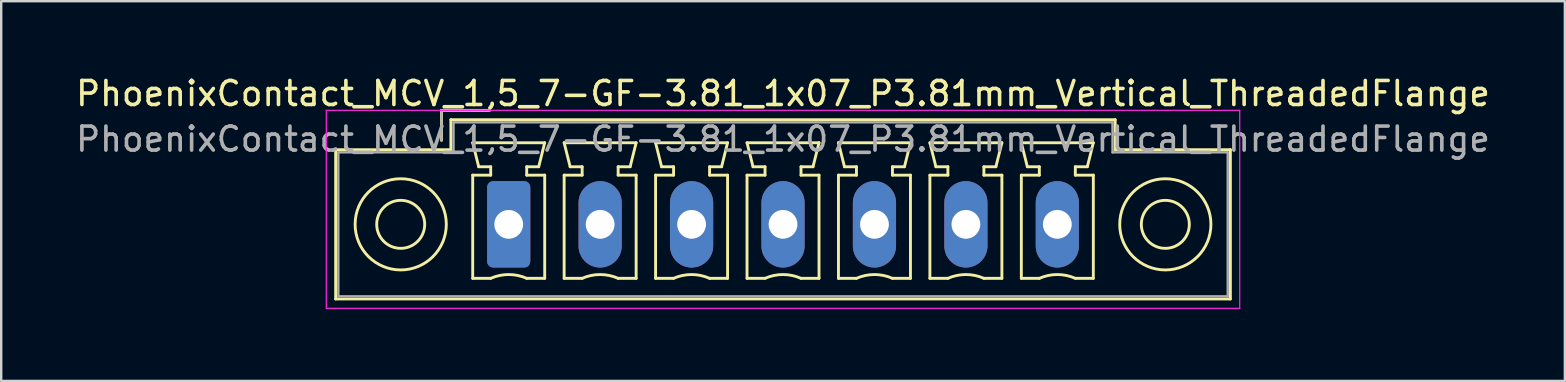
<source format=kicad_pcb>
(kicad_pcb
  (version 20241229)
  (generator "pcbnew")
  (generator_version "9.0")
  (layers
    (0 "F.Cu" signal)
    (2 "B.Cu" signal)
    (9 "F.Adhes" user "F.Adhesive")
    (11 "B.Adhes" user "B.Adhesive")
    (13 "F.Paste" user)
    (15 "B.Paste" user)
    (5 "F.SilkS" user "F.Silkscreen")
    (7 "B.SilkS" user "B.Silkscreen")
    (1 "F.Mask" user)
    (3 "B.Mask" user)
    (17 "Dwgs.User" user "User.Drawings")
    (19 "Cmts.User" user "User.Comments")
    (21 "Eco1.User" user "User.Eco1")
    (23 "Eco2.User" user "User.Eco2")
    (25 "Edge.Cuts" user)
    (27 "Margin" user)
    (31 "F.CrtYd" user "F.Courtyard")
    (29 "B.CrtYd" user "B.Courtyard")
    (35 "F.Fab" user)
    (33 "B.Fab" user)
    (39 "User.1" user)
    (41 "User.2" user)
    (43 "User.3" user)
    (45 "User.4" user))
  (footprint "PhoenixContact_MCV_1,5_7-GF-3.81_1x07_P3.81mm_Vertical_ThreadedFlange"
    (layer "F.Cu")
    (at 18.147 6.298)
    (property "Reference" "PhoenixContact_MCV_1,5_7-GF-3.81_1x07_P3.81mm_Vertical_ThreadedFlange" (at 11.43 -5.45 0) (layer "F.SilkS") (effects (font (size 1 1) (thickness 0.15))))
    (attr through_hole)
    (fp_line (start -7.21 -3.11) (end -7.21 3.11) (stroke (width 0.12) (type solid)) (layer "F.SilkS"))
    (fp_line (start -7.21 3.11) (end 30.07 3.11) (stroke (width 0.12) (type solid)) (layer "F.SilkS"))
    (fp_line (start -2.8 -4.75) (end -0.8 -4.75) (stroke (width 0.12) (type solid)) (layer "F.SilkS"))
    (fp_line (start -2.8 -3.5) (end -2.8 -4.75) (stroke (width 0.12) (type solid)) (layer "F.SilkS"))
    (fp_line (start -2.41 -4.36) (end -2.41 -3.11) (stroke (width 0.12) (type solid)) (layer "F.SilkS"))
    (fp_line (start -2.41 -3.11) (end -7.21 -3.11) (stroke (width 0.12) (type solid)) (layer "F.SilkS"))
    (fp_line (start -1.5 -3.4) (end 1.5 -3.4) (stroke (width 0.12) (type solid)) (layer "F.SilkS"))
    (fp_line (start -1.5 -2.05) (end -0.75 -2.05) (stroke (width 0.12) (type solid)) (layer "F.SilkS"))
    (fp_line (start -1.5 2.25) (end -1.5 -2.05) (stroke (width 0.12) (type solid)) (layer "F.SilkS"))
    (fp_line (start -1.25 -2.4) (end -1.5 -3.4) (stroke (width 0.12) (type solid)) (layer "F.SilkS"))
    (fp_line (start -0.75 -2.4) (end -1.25 -2.4) (stroke (width 0.12) (type solid)) (layer "F.SilkS"))
    (fp_line (start -0.75 -2.05) (end -0.75 -2.4) (stroke (width 0.12) (type solid)) (layer "F.SilkS"))
    (fp_line (start -0.75 2.25) (end -1.5 2.25) (stroke (width 0.12) (type solid)) (layer "F.SilkS"))
    (fp_line (start 0.75 -2.4) (end 0.75 -2.05) (stroke (width 0.12) (type solid)) (layer "F.SilkS"))
    (fp_line (start 0.75 -2.05) (end 1.5 -2.05) (stroke (width 0.12) (type solid)) (layer "F.SilkS"))
    (fp_line (start 1.25 -2.4) (end 0.75 -2.4) (stroke (width 0.12) (type solid)) (layer "F.SilkS"))
    (fp_line (start 1.5 -3.4) (end 1.25 -2.4) (stroke (width 0.12) (type solid)) (layer "F.SilkS"))
    (fp_line (start 1.5 -2.05) (end 1.5 2.25) (stroke (width 0.12) (type solid)) (layer "F.SilkS"))
    (fp_line (start 1.5 2.25) (end 0.75 2.25) (stroke (width 0.12) (type solid)) (layer "F.SilkS"))
    (fp_line (start 2.31 -3.4) (end 5.31 -3.4) (stroke (width 0.12) (type solid)) (layer "F.SilkS"))
    (fp_line (start 2.31 -2.05) (end 3.06 -2.05) (stroke (width 0.12) (type solid)) (layer "F.SilkS"))
    (fp_line (start 2.31 2.25) (end 2.31 -2.05) (stroke (width 0.12) (type solid)) (layer "F.SilkS"))
    (fp_line (start 2.56 -2.4) (end 2.31 -3.4) (stroke (width 0.12) (type solid)) (layer "F.SilkS"))
    (fp_line (start 3.06 -2.4) (end 2.56 -2.4) (stroke (width 0.12) (type solid)) (layer "F.SilkS"))
    (fp_line (start 3.06 -2.05) (end 3.06 -2.4) (stroke (width 0.12) (type solid)) (layer "F.SilkS"))
    (fp_line (start 3.06 2.25) (end 2.31 2.25) (stroke (width 0.12) (type solid)) (layer "F.SilkS"))
    (fp_line (start 4.56 -2.4) (end 4.56 -2.05) (stroke (width 0.12) (type solid)) (layer "F.SilkS"))
    (fp_line (start 4.56 -2.05) (end 5.31 -2.05) (stroke (width 0.12) (type solid)) (layer "F.SilkS"))
    (fp_line (start 5.06 -2.4) (end 4.56 -2.4) (stroke (width 0.12) (type solid)) (layer "F.SilkS"))
    (fp_line (start 5.31 -3.4) (end 5.06 -2.4) (stroke (width 0.12) (type solid)) (layer "F.SilkS"))
    (fp_line (start 5.31 -2.05) (end 5.31 2.25) (stroke (width 0.12) (type solid)) (layer "F.SilkS"))
    (fp_line (start 5.31 2.25) (end 4.56 2.25) (stroke (width 0.12) (type solid)) (layer "F.SilkS"))
    (fp_line (start 6.12 -3.4) (end 9.12 -3.4) (stroke (width 0.12) (type solid)) (layer "F.SilkS"))
    (fp_line (start 6.12 -2.05) (end 6.87 -2.05) (stroke (width 0.12) (type solid)) (layer "F.SilkS"))
    (fp_line (start 6.12 2.25) (end 6.12 -2.05) (stroke (width 0.12) (type solid)) (layer "F.SilkS"))
    (fp_line (start 6.37 -2.4) (end 6.12 -3.4) (stroke (width 0.12) (type solid)) (layer "F.SilkS"))
    (fp_line (start 6.87 -2.4) (end 6.37 -2.4) (stroke (width 0.12) (type solid)) (layer "F.SilkS"))
    (fp_line (start 6.87 -2.05) (end 6.87 -2.4) (stroke (width 0.12) (type solid)) (layer "F.SilkS"))
    (fp_line (start 6.87 2.25) (end 6.12 2.25) (stroke (width 0.12) (type solid)) (layer "F.SilkS"))
    (fp_line (start 8.37 -2.4) (end 8.37 -2.05) (stroke (width 0.12) (type solid)) (layer "F.SilkS"))
    (fp_line (start 8.37 -2.05) (end 9.12 -2.05) (stroke (width 0.12) (type solid)) (layer "F.SilkS"))
    (fp_line (start 8.87 -2.4) (end 8.37 -2.4) (stroke (width 0.12) (type solid)) (layer "F.SilkS"))
    (fp_line (start 9.12 -3.4) (end 8.87 -2.4) (stroke (width 0.12) (type solid)) (layer "F.SilkS"))
    (fp_line (start 9.12 -2.05) (end 9.12 2.25) (stroke (width 0.12) (type solid)) (layer "F.SilkS"))
    (fp_line (start 9.12 2.25) (end 8.37 2.25) (stroke (width 0.12) (type solid)) (layer "F.SilkS"))
    (fp_line (start 9.93 -3.4) (end 12.93 -3.4) (stroke (width 0.12) (type solid)) (layer "F.SilkS"))
    (fp_line (start 9.93 -2.05) (end 10.68 -2.05) (stroke (width 0.12) (type solid)) (layer "F.SilkS"))
    (fp_line (start 9.93 2.25) (end 9.93 -2.05) (stroke (width 0.12) (type solid)) (layer "F.SilkS"))
    (fp_line (start 10.18 -2.4) (end 9.93 -3.4) (stroke (width 0.12) (type solid)) (layer "F.SilkS"))
    (fp_line (start 10.68 -2.4) (end 10.18 -2.4) (stroke (width 0.12) (type solid)) (layer "F.SilkS"))
    (fp_line (start 10.68 -2.05) (end 10.68 -2.4) (stroke (width 0.12) (type solid)) (layer "F.SilkS"))
    (fp_line (start 10.68 2.25) (end 9.93 2.25) (stroke (width 0.12) (type solid)) (layer "F.SilkS"))
    (fp_line (start 12.18 -2.4) (end 12.18 -2.05) (stroke (width 0.12) (type solid)) (layer "F.SilkS"))
    (fp_line (start 12.18 -2.05) (end 12.93 -2.05) (stroke (width 0.12) (type solid)) (layer "F.SilkS"))
    (fp_line (start 12.68 -2.4) (end 12.18 -2.4) (stroke (width 0.12) (type solid)) (layer "F.SilkS"))
    (fp_line (start 12.93 -3.4) (end 12.68 -2.4) (stroke (width 0.12) (type solid)) (layer "F.SilkS"))
    (fp_line (start 12.93 -2.05) (end 12.93 2.25) (stroke (width 0.12) (type solid)) (layer "F.SilkS"))
    (fp_line (start 12.93 2.25) (end 12.18 2.25) (stroke (width 0.12) (type solid)) (layer "F.SilkS"))
    (fp_line (start 13.74 -3.4) (end 16.74 -3.4) (stroke (width 0.12) (type solid)) (layer "F.SilkS"))
    (fp_line (start 13.74 -2.05) (end 14.49 -2.05) (stroke (width 0.12) (type solid)) (layer "F.SilkS"))
    (fp_line (start 13.74 2.25) (end 13.74 -2.05) (stroke (width 0.12) (type solid)) (layer "F.SilkS"))
    (fp_line (start 13.99 -2.4) (end 13.74 -3.4) (stroke (width 0.12) (type solid)) (layer "F.SilkS"))
    (fp_line (start 14.49 -2.4) (end 13.99 -2.4) (stroke (width 0.12) (type solid)) (layer "F.SilkS"))
    (fp_line (start 14.49 -2.05) (end 14.49 -2.4) (stroke (width 0.12) (type solid)) (layer "F.SilkS"))
    (fp_line (start 14.49 2.25) (end 13.74 2.25) (stroke (width 0.12) (type solid)) (layer "F.SilkS"))
    (fp_line (start 15.99 -2.4) (end 15.99 -2.05) (stroke (width 0.12) (type solid)) (layer "F.SilkS"))
    (fp_line (start 15.99 -2.05) (end 16.74 -2.05) (stroke (width 0.12) (type solid)) (layer "F.SilkS"))
    (fp_line (start 16.49 -2.4) (end 15.99 -2.4) (stroke (width 0.12) (type solid)) (layer "F.SilkS"))
    (fp_line (start 16.74 -3.4) (end 16.49 -2.4) (stroke (width 0.12) (type solid)) (layer "F.SilkS"))
    (fp_line (start 16.74 -2.05) (end 16.74 2.25) (stroke (width 0.12) (type solid)) (layer "F.SilkS"))
    (fp_line (start 16.74 2.25) (end 15.99 2.25) (stroke (width 0.12) (type solid)) (layer "F.SilkS"))
    (fp_line (start 17.55 -3.4) (end 20.55 -3.4) (stroke (width 0.12) (type solid)) (layer "F.SilkS"))
    (fp_line (start 17.55 -2.05) (end 18.3 -2.05) (stroke (width 0.12) (type solid)) (layer "F.SilkS"))
    (fp_line (start 17.55 2.25) (end 17.55 -2.05) (stroke (width 0.12) (type solid)) (layer "F.SilkS"))
    (fp_line (start 17.8 -2.4) (end 17.55 -3.4) (stroke (width 0.12) (type solid)) (layer "F.SilkS"))
    (fp_line (start 18.3 -2.4) (end 17.8 -2.4) (stroke (width 0.12) (type solid)) (layer "F.SilkS"))
    (fp_line (start 18.3 -2.05) (end 18.3 -2.4) (stroke (width 0.12) (type solid)) (layer "F.SilkS"))
    (fp_line (start 18.3 2.25) (end 17.55 2.25) (stroke (width 0.12) (type solid)) (layer "F.SilkS"))
    (fp_line (start 19.8 -2.4) (end 19.8 -2.05) (stroke (width 0.12) (type solid)) (layer "F.SilkS"))
    (fp_line (start 19.8 -2.05) (end 20.55 -2.05) (stroke (width 0.12) (type solid)) (layer "F.SilkS"))
    (fp_line (start 20.3 -2.4) (end 19.8 -2.4) (stroke (width 0.12) (type solid)) (layer "F.SilkS"))
    (fp_line (start 20.55 -3.4) (end 20.3 -2.4) (stroke (width 0.12) (type solid)) (layer "F.SilkS"))
    (fp_line (start 20.55 -2.05) (end 20.55 2.25) (stroke (width 0.12) (type solid)) (layer "F.SilkS"))
    (fp_line (start 20.55 2.25) (end 19.8 2.25) (stroke (width 0.12) (type solid)) (layer "F.SilkS"))
    (fp_line (start 21.36 -3.4) (end 24.36 -3.4) (stroke (width 0.12) (type solid)) (layer "F.SilkS"))
    (fp_line (start 21.36 -2.05) (end 22.11 -2.05) (stroke (width 0.12) (type solid)) (layer "F.SilkS"))
    (fp_line (start 21.36 2.25) (end 21.36 -2.05) (stroke (width 0.12) (type solid)) (layer "F.SilkS"))
    (fp_line (start 21.61 -2.4) (end 21.36 -3.4) (stroke (width 0.12) (type solid)) (layer "F.SilkS"))
    (fp_line (start 22.11 -2.4) (end 21.61 -2.4) (stroke (width 0.12) (type solid)) (layer "F.SilkS"))
    (fp_line (start 22.11 -2.05) (end 22.11 -2.4) (stroke (width 0.12) (type solid)) (layer "F.SilkS"))
    (fp_line (start 22.11 2.25) (end 21.36 2.25) (stroke (width 0.12) (type solid)) (layer "F.SilkS"))
    (fp_line (start 23.61 -2.4) (end 23.61 -2.05) (stroke (width 0.12) (type solid)) (layer "F.SilkS"))
    (fp_line (start 23.61 -2.05) (end 24.36 -2.05) (stroke (width 0.12) (type solid)) (layer "F.SilkS"))
    (fp_line (start 24.11 -2.4) (end 23.61 -2.4) (stroke (width 0.12) (type solid)) (layer "F.SilkS"))
    (fp_line (start 24.36 -3.4) (end 24.11 -2.4) (stroke (width 0.12) (type solid)) (layer "F.SilkS"))
    (fp_line (start 24.36 -2.05) (end 24.36 2.25) (stroke (width 0.12) (type solid)) (layer "F.SilkS"))
    (fp_line (start 24.36 2.25) (end 23.61 2.25) (stroke (width 0.12) (type solid)) (layer "F.SilkS"))
    (fp_line (start 25.27 -4.36) (end -2.41 -4.36) (stroke (width 0.12) (type solid)) (layer "F.SilkS"))
    (fp_line (start 25.27 -3.11) (end 25.27 -4.36) (stroke (width 0.12) (type solid)) (layer "F.SilkS"))
    (fp_line (start 30.07 -3.11) (end 25.27 -3.11) (stroke (width 0.12) (type solid)) (layer "F.SilkS"))
    (fp_line (start 30.07 3.11) (end 30.07 -3.11) (stroke (width 0.12) (type solid)) (layer "F.SilkS"))
    (fp_arc (start -0.75 2.25) (mid -0.000193 2.09191) (end 0.749647 2.249844) (stroke (width 0.12) (type solid)) (layer "F.SilkS"))
    (fp_arc (start 3.06 2.25) (mid 3.809807 2.09191) (end 4.559647 2.249844) (stroke (width 0.12) (type solid)) (layer "F.SilkS"))
    (fp_arc (start 6.87 2.25) (mid 7.619807 2.09191) (end 8.369647 2.249844) (stroke (width 0.12) (type solid)) (layer "F.SilkS"))
    (fp_arc (start 10.68 2.25) (mid 11.429807 2.09191) (end 12.179647 2.249844) (stroke (width 0.12) (type solid)) (layer "F.SilkS"))
    (fp_arc (start 14.49 2.25) (mid 15.239807 2.09191) (end 15.989647 2.249844) (stroke (width 0.12) (type solid)) (layer "F.SilkS"))
    (fp_arc (start 18.3 2.25) (mid 19.049807 2.09191) (end 19.799647 2.249844) (stroke (width 0.12) (type solid)) (layer "F.SilkS"))
    (fp_arc (start 22.11 2.25) (mid 22.859807 2.09191) (end 23.609647 2.249844) (stroke (width 0.12) (type solid)) (layer "F.SilkS"))
    (fp_circle (center -4.5 0) (end -3.5 0) (stroke (width 0.12) (type solid)) (fill no) (layer "F.SilkS"))
    (fp_circle (center -4.5 0) (end -2.6 0) (stroke (width 0.12) (type solid)) (fill no) (layer "F.SilkS"))
    (fp_circle (center 27.36 0) (end 28.36 0) (stroke (width 0.12) (type solid)) (fill no) (layer "F.SilkS"))
    (fp_circle (center 27.36 0) (end 29.26 0) (stroke (width 0.12) (type solid)) (fill no) (layer "F.SilkS"))
    (fp_line (start -7.6 -4.75) (end -7.6 3.5) (stroke (width 0.05) (type solid)) (layer "F.CrtYd"))
    (fp_line (start -7.6 3.5) (end 30.46 3.5) (stroke (width 0.05) (type solid)) (layer "F.CrtYd"))
    (fp_line (start 30.46 -4.75) (end -7.6 -4.75) (stroke (width 0.05) (type solid)) (layer "F.CrtYd"))
    (fp_line (start 30.46 3.5) (end 30.46 -4.75) (stroke (width 0.05) (type solid)) (layer "F.CrtYd"))
    (fp_line (start -7.1 -3) (end -7.1 3) (stroke (width 0.1) (type solid)) (layer "F.Fab"))
    (fp_line (start -7.1 3) (end 29.96 3) (stroke (width 0.1) (type solid)) (layer "F.Fab"))
    (fp_line (start -2.8 -4.75) (end -0.8 -4.75) (stroke (width 0.1) (type solid)) (layer "F.Fab"))
    (fp_line (start -2.8 -3.5) (end -2.8 -4.75) (stroke (width 0.1) (type solid)) (layer "F.Fab"))
    (fp_line (start -2.3 -4.25) (end -2.3 -3) (stroke (width 0.1) (type solid)) (layer "F.Fab"))
    (fp_line (start -2.3 -3) (end -7.1 -3) (stroke (width 0.1) (type solid)) (layer "F.Fab"))
    (fp_line (start 25.16 -4.25) (end -2.3 -4.25) (stroke (width 0.1) (type solid)) (layer "F.Fab"))
    (fp_line (start 25.16 -3) (end 25.16 -4.25) (stroke (width 0.1) (type solid)) (layer "F.Fab"))
    (fp_line (start 29.96 -3) (end 25.16 -3) (stroke (width 0.1) (type solid)) (layer "F.Fab"))
    (fp_line (start 29.96 3) (end 29.96 -3) (stroke (width 0.1) (type solid)) (layer "F.Fab"))
    (fp_text user "${REFERENCE}" (at 11.43 -3.55 0) (layer "F.Fab") (effects (font (size 1 1) (thickness 0.15))))
    (pad "1" thru_hole roundrect (at 0 0) (size 1.8 3.6) (drill 1.2) (layers "*.Cu" "*.Mask") (roundrect_rratio 0.139))
    (pad "2" thru_hole oval (at 3.81 0) (size 1.8 3.6) (drill 1.2) (layers "*.Cu" "*.Mask"))
    (pad "3" thru_hole oval (at 7.62 0) (size 1.8 3.6) (drill 1.2) (layers "*.Cu" "*.Mask"))
    (pad "4" thru_hole oval (at 11.43 0) (size 1.8 3.6) (drill 1.2) (layers "*.Cu" "*.Mask"))
    (pad "5" thru_hole oval (at 15.24 0) (size 1.8 3.6) (drill 1.2) (layers "*.Cu" "*.Mask"))
    (pad "6" thru_hole oval (at 19.05 0) (size 1.8 3.6) (drill 1.2) (layers "*.Cu" "*.Mask"))
    (pad "7" thru_hole oval (at 22.86 0) (size 1.8 3.6) (drill 1.2) (layers "*.Cu" "*.Mask")))
  (gr_rect
    (start -3 -3)
    (end 62.155 12.823)
    (stroke (width 0.1) (type default))
    (fill no)
    (layer "Edge.Cuts")))
</source>
